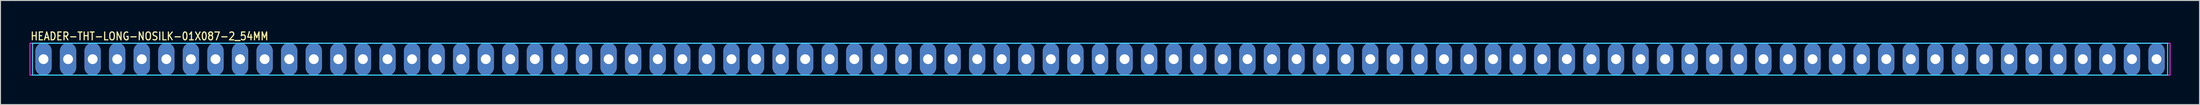
<source format=kicad_pcb>
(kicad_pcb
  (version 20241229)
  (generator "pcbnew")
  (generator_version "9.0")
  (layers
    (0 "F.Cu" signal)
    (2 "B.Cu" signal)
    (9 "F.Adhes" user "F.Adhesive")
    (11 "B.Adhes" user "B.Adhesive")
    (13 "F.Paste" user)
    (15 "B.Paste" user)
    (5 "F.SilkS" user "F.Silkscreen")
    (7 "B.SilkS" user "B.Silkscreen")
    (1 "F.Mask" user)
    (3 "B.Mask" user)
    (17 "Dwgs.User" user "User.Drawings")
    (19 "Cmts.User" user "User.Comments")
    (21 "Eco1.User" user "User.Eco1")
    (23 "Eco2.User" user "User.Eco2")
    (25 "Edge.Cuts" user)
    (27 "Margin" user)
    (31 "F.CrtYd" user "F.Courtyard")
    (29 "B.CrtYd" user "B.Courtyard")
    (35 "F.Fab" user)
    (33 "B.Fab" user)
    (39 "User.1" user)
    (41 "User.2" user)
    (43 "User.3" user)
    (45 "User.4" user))
  (footprint "HEADER-THT-LONG-NOSILK-01X087-2_54MM"
    (layer "F.Cu")
    (at 1.447 3.079)
    (property "Reference" "HEADER-THT-LONG-NOSILK-01X087-2_54MM" (at -1.4 -1.9 0) (unlocked yes) (layer "F.SilkS") (effects (font (size 0.813 0.695) (thickness 0.122)) (justify left bottom)))
    (fp_poly (pts (xy -1.143 -1.651) (xy 219.583 -1.651) (xy 219.583 1.651) (xy -1.143 1.651)) (stroke (width 0.1) (type solid)) (fill no) (layer "B.CrtYd"))
    (fp_poly (pts (xy -1.397 -1.651) (xy 219.837 -1.651) (xy 219.837 1.651) (xy -1.397 1.651)) (stroke (width 0.1) (type solid)) (fill no) (layer "F.CrtYd"))
    (pad "1" thru_hole oval (at 0 0 90) (size 3.387 1.693) (drill 1.016) (layers "*.Cu" "*.Mask"))
    (pad "2" thru_hole oval (at 2.54 0 90) (size 3.387 1.693) (drill 1.016) (layers "*.Cu" "*.Mask"))
    (pad "3" thru_hole oval (at 5.08 0 90) (size 3.387 1.693) (drill 1.016) (layers "*.Cu" "*.Mask"))
    (pad "4" thru_hole oval (at 7.62 0 90) (size 3.387 1.693) (drill 1.016) (layers "*.Cu" "*.Mask"))
    (pad "5" thru_hole oval (at 10.16 0 90) (size 3.387 1.693) (drill 1.016) (layers "*.Cu" "*.Mask"))
    (pad "6" thru_hole oval (at 12.7 0 90) (size 3.387 1.693) (drill 1.016) (layers "*.Cu" "*.Mask"))
    (pad "7" thru_hole oval (at 15.24 0 90) (size 3.387 1.693) (drill 1.016) (layers "*.Cu" "*.Mask"))
    (pad "8" thru_hole oval (at 17.78 0 90) (size 3.387 1.693) (drill 1.016) (layers "*.Cu" "*.Mask"))
    (pad "9" thru_hole oval (at 20.32 0 90) (size 3.387 1.693) (drill 1.016) (layers "*.Cu" "*.Mask"))
    (pad "10" thru_hole oval (at 22.86 0 90) (size 3.387 1.693) (drill 1.016) (layers "*.Cu" "*.Mask"))
    (pad "11" thru_hole oval (at 25.4 0 90) (size 3.387 1.693) (drill 1.016) (layers "*.Cu" "*.Mask"))
    (pad "12" thru_hole oval (at 27.94 0 90) (size 3.387 1.693) (drill 1.016) (layers "*.Cu" "*.Mask"))
    (pad "13" thru_hole oval (at 30.48 0 90) (size 3.387 1.693) (drill 1.016) (layers "*.Cu" "*.Mask"))
    (pad "14" thru_hole oval (at 33.02 0 90) (size 3.387 1.693) (drill 1.016) (layers "*.Cu" "*.Mask"))
    (pad "15" thru_hole oval (at 35.56 0 90) (size 3.387 1.693) (drill 1.016) (layers "*.Cu" "*.Mask"))
    (pad "16" thru_hole oval (at 38.1 0 90) (size 3.387 1.693) (drill 1.016) (layers "*.Cu" "*.Mask"))
    (pad "17" thru_hole oval (at 40.64 0 90) (size 3.387 1.693) (drill 1.016) (layers "*.Cu" "*.Mask"))
    (pad "18" thru_hole oval (at 43.18 0 90) (size 3.387 1.693) (drill 1.016) (layers "*.Cu" "*.Mask"))
    (pad "19" thru_hole oval (at 45.72 0 90) (size 3.387 1.693) (drill 1.016) (layers "*.Cu" "*.Mask"))
    (pad "20" thru_hole oval (at 48.26 0 90) (size 3.387 1.693) (drill 1.016) (layers "*.Cu" "*.Mask"))
    (pad "21" thru_hole oval (at 50.8 0 90) (size 3.387 1.693) (drill 1.016) (layers "*.Cu" "*.Mask"))
    (pad "22" thru_hole oval (at 53.34 0 90) (size 3.387 1.693) (drill 1.016) (layers "*.Cu" "*.Mask"))
    (pad "23" thru_hole oval (at 55.88 0 90) (size 3.387 1.693) (drill 1.016) (layers "*.Cu" "*.Mask"))
    (pad "24" thru_hole oval (at 58.42 0 90) (size 3.387 1.693) (drill 1.016) (layers "*.Cu" "*.Mask"))
    (pad "25" thru_hole oval (at 60.96 0 90) (size 3.387 1.693) (drill 1.016) (layers "*.Cu" "*.Mask"))
    (pad "26" thru_hole oval (at 63.5 0 90) (size 3.387 1.693) (drill 1.016) (layers "*.Cu" "*.Mask"))
    (pad "27" thru_hole oval (at 66.04 0 90) (size 3.387 1.693) (drill 1.016) (layers "*.Cu" "*.Mask"))
    (pad "28" thru_hole oval (at 68.58 0 90) (size 3.387 1.693) (drill 1.016) (layers "*.Cu" "*.Mask"))
    (pad "29" thru_hole oval (at 71.12 0 90) (size 3.387 1.693) (drill 1.016) (layers "*.Cu" "*.Mask"))
    (pad "30" thru_hole oval (at 73.66 0 90) (size 3.387 1.693) (drill 1.016) (layers "*.Cu" "*.Mask"))
    (pad "31" thru_hole oval (at 76.2 0 90) (size 3.387 1.693) (drill 1.016) (layers "*.Cu" "*.Mask"))
    (pad "32" thru_hole oval (at 78.74 0 90) (size 3.387 1.693) (drill 1.016) (layers "*.Cu" "*.Mask"))
    (pad "33" thru_hole oval (at 81.28 0 90) (size 3.387 1.693) (drill 1.016) (layers "*.Cu" "*.Mask"))
    (pad "34" thru_hole oval (at 83.82 0 90) (size 3.387 1.693) (drill 1.016) (layers "*.Cu" "*.Mask"))
    (pad "35" thru_hole oval (at 86.36 0 90) (size 3.387 1.693) (drill 1.016) (layers "*.Cu" "*.Mask"))
    (pad "36" thru_hole oval (at 88.9 0 90) (size 3.387 1.693) (drill 1.016) (layers "*.Cu" "*.Mask"))
    (pad "37" thru_hole oval (at 91.44 0 90) (size 3.387 1.693) (drill 1.016) (layers "*.Cu" "*.Mask"))
    (pad "38" thru_hole oval (at 93.98 0 90) (size 3.387 1.693) (drill 1.016) (layers "*.Cu" "*.Mask"))
    (pad "39" thru_hole oval (at 96.52 0 90) (size 3.387 1.693) (drill 1.016) (layers "*.Cu" "*.Mask"))
    (pad "40" thru_hole oval (at 99.06 0 90) (size 3.387 1.693) (drill 1.016) (layers "*.Cu" "*.Mask"))
    (pad "41" thru_hole oval (at 101.6 0 90) (size 3.387 1.693) (drill 1.016) (layers "*.Cu" "*.Mask"))
    (pad "42" thru_hole oval (at 104.14 0 90) (size 3.387 1.693) (drill 1.016) (layers "*.Cu" "*.Mask"))
    (pad "43" thru_hole oval (at 106.68 0 90) (size 3.387 1.693) (drill 1.016) (layers "*.Cu" "*.Mask"))
    (pad "44" thru_hole oval (at 109.22 0 90) (size 3.387 1.693) (drill 1.016) (layers "*.Cu" "*.Mask"))
    (pad "45" thru_hole oval (at 111.76 0 90) (size 3.387 1.693) (drill 1.016) (layers "*.Cu" "*.Mask"))
    (pad "46" thru_hole oval (at 114.3 0 90) (size 3.387 1.693) (drill 1.016) (layers "*.Cu" "*.Mask"))
    (pad "47" thru_hole oval (at 116.84 0 90) (size 3.387 1.693) (drill 1.016) (layers "*.Cu" "*.Mask"))
    (pad "48" thru_hole oval (at 119.38 0 90) (size 3.387 1.693) (drill 1.016) (layers "*.Cu" "*.Mask"))
    (pad "49" thru_hole oval (at 121.92 0 90) (size 3.387 1.693) (drill 1.016) (layers "*.Cu" "*.Mask"))
    (pad "50" thru_hole oval (at 124.46 0 90) (size 3.387 1.693) (drill 1.016) (layers "*.Cu" "*.Mask"))
    (pad "51" thru_hole oval (at 127 0 90) (size 3.387 1.693) (drill 1.016) (layers "*.Cu" "*.Mask"))
    (pad "52" thru_hole oval (at 129.54 0 90) (size 3.387 1.693) (drill 1.016) (layers "*.Cu" "*.Mask"))
    (pad "53" thru_hole oval (at 132.08 0 90) (size 3.387 1.693) (drill 1.016) (layers "*.Cu" "*.Mask"))
    (pad "54" thru_hole oval (at 134.62 0 90) (size 3.387 1.693) (drill 1.016) (layers "*.Cu" "*.Mask"))
    (pad "55" thru_hole oval (at 137.16 0 90) (size 3.387 1.693) (drill 1.016) (layers "*.Cu" "*.Mask"))
    (pad "56" thru_hole oval (at 139.7 0 90) (size 3.387 1.693) (drill 1.016) (layers "*.Cu" "*.Mask"))
    (pad "57" thru_hole oval (at 142.24 0 90) (size 3.387 1.693) (drill 1.016) (layers "*.Cu" "*.Mask"))
    (pad "58" thru_hole oval (at 144.78 0 90) (size 3.387 1.693) (drill 1.016) (layers "*.Cu" "*.Mask"))
    (pad "59" thru_hole oval (at 147.32 0 90) (size 3.387 1.693) (drill 1.016) (layers "*.Cu" "*.Mask"))
    (pad "60" thru_hole oval (at 149.86 0 90) (size 3.387 1.693) (drill 1.016) (layers "*.Cu" "*.Mask"))
    (pad "61" thru_hole oval (at 152.4 0 90) (size 3.387 1.693) (drill 1.016) (layers "*.Cu" "*.Mask"))
    (pad "62" thru_hole oval (at 154.94 0 90) (size 3.387 1.693) (drill 1.016) (layers "*.Cu" "*.Mask"))
    (pad "63" thru_hole oval (at 157.48 0 90) (size 3.387 1.693) (drill 1.016) (layers "*.Cu" "*.Mask"))
    (pad "64" thru_hole oval (at 160.02 0 90) (size 3.387 1.693) (drill 1.016) (layers "*.Cu" "*.Mask"))
    (pad "65" thru_hole oval (at 162.56 0 90) (size 3.387 1.693) (drill 1.016) (layers "*.Cu" "*.Mask"))
    (pad "66" thru_hole oval (at 165.1 0 90) (size 3.387 1.693) (drill 1.016) (layers "*.Cu" "*.Mask"))
    (pad "67" thru_hole oval (at 167.64 0 90) (size 3.387 1.693) (drill 1.016) (layers "*.Cu" "*.Mask"))
    (pad "68" thru_hole oval (at 170.18 0 90) (size 3.387 1.693) (drill 1.016) (layers "*.Cu" "*.Mask"))
    (pad "69" thru_hole oval (at 172.72 0 90) (size 3.387 1.693) (drill 1.016) (layers "*.Cu" "*.Mask"))
    (pad "70" thru_hole oval (at 175.26 0 90) (size 3.387 1.693) (drill 1.016) (layers "*.Cu" "*.Mask"))
    (pad "71" thru_hole oval (at 177.8 0 90) (size 3.387 1.693) (drill 1.016) (layers "*.Cu" "*.Mask"))
    (pad "72" thru_hole oval (at 180.34 0 90) (size 3.387 1.693) (drill 1.016) (layers "*.Cu" "*.Mask"))
    (pad "73" thru_hole oval (at 182.88 0 90) (size 3.387 1.693) (drill 1.016) (layers "*.Cu" "*.Mask"))
    (pad "74" thru_hole oval (at 185.42 0 90) (size 3.387 1.693) (drill 1.016) (layers "*.Cu" "*.Mask"))
    (pad "75" thru_hole oval (at 187.96 0 90) (size 3.387 1.693) (drill 1.016) (layers "*.Cu" "*.Mask"))
    (pad "76" thru_hole oval (at 190.5 0 90) (size 3.387 1.693) (drill 1.016) (layers "*.Cu" "*.Mask"))
    (pad "77" thru_hole oval (at 193.04 0 90) (size 3.387 1.693) (drill 1.016) (layers "*.Cu" "*.Mask"))
    (pad "78" thru_hole oval (at 195.58 0 90) (size 3.387 1.693) (drill 1.016) (layers "*.Cu" "*.Mask"))
    (pad "79" thru_hole oval (at 198.12 0 90) (size 3.387 1.693) (drill 1.016) (layers "*.Cu" "*.Mask"))
    (pad "80" thru_hole oval (at 200.66 0 90) (size 3.387 1.693) (drill 1.016) (layers "*.Cu" "*.Mask"))
    (pad "81" thru_hole oval (at 203.2 0 90) (size 3.387 1.693) (drill 1.016) (layers "*.Cu" "*.Mask"))
    (pad "82" thru_hole oval (at 205.74 0 90) (size 3.387 1.693) (drill 1.016) (layers "*.Cu" "*.Mask"))
    (pad "83" thru_hole oval (at 208.28 0 90) (size 3.387 1.693) (drill 1.016) (layers "*.Cu" "*.Mask"))
    (pad "84" thru_hole oval (at 210.82 0 90) (size 3.387 1.693) (drill 1.016) (layers "*.Cu" "*.Mask"))
    (pad "85" thru_hole oval (at 213.36 0 90) (size 3.387 1.693) (drill 1.016) (layers "*.Cu" "*.Mask"))
    (pad "86" thru_hole oval (at 215.9 0 90) (size 3.387 1.693) (drill 1.016) (layers "*.Cu" "*.Mask"))
    (pad "87" thru_hole oval (at 218.44 0 90) (size 3.387 1.693) (drill 1.016) (layers "*.Cu" "*.Mask")))
  (gr_rect
    (start -3 -3)
    (end 224.334 7.78)
    (stroke (width 0.1) (type default))
    (fill no)
    (layer "Edge.Cuts")))
</source>
